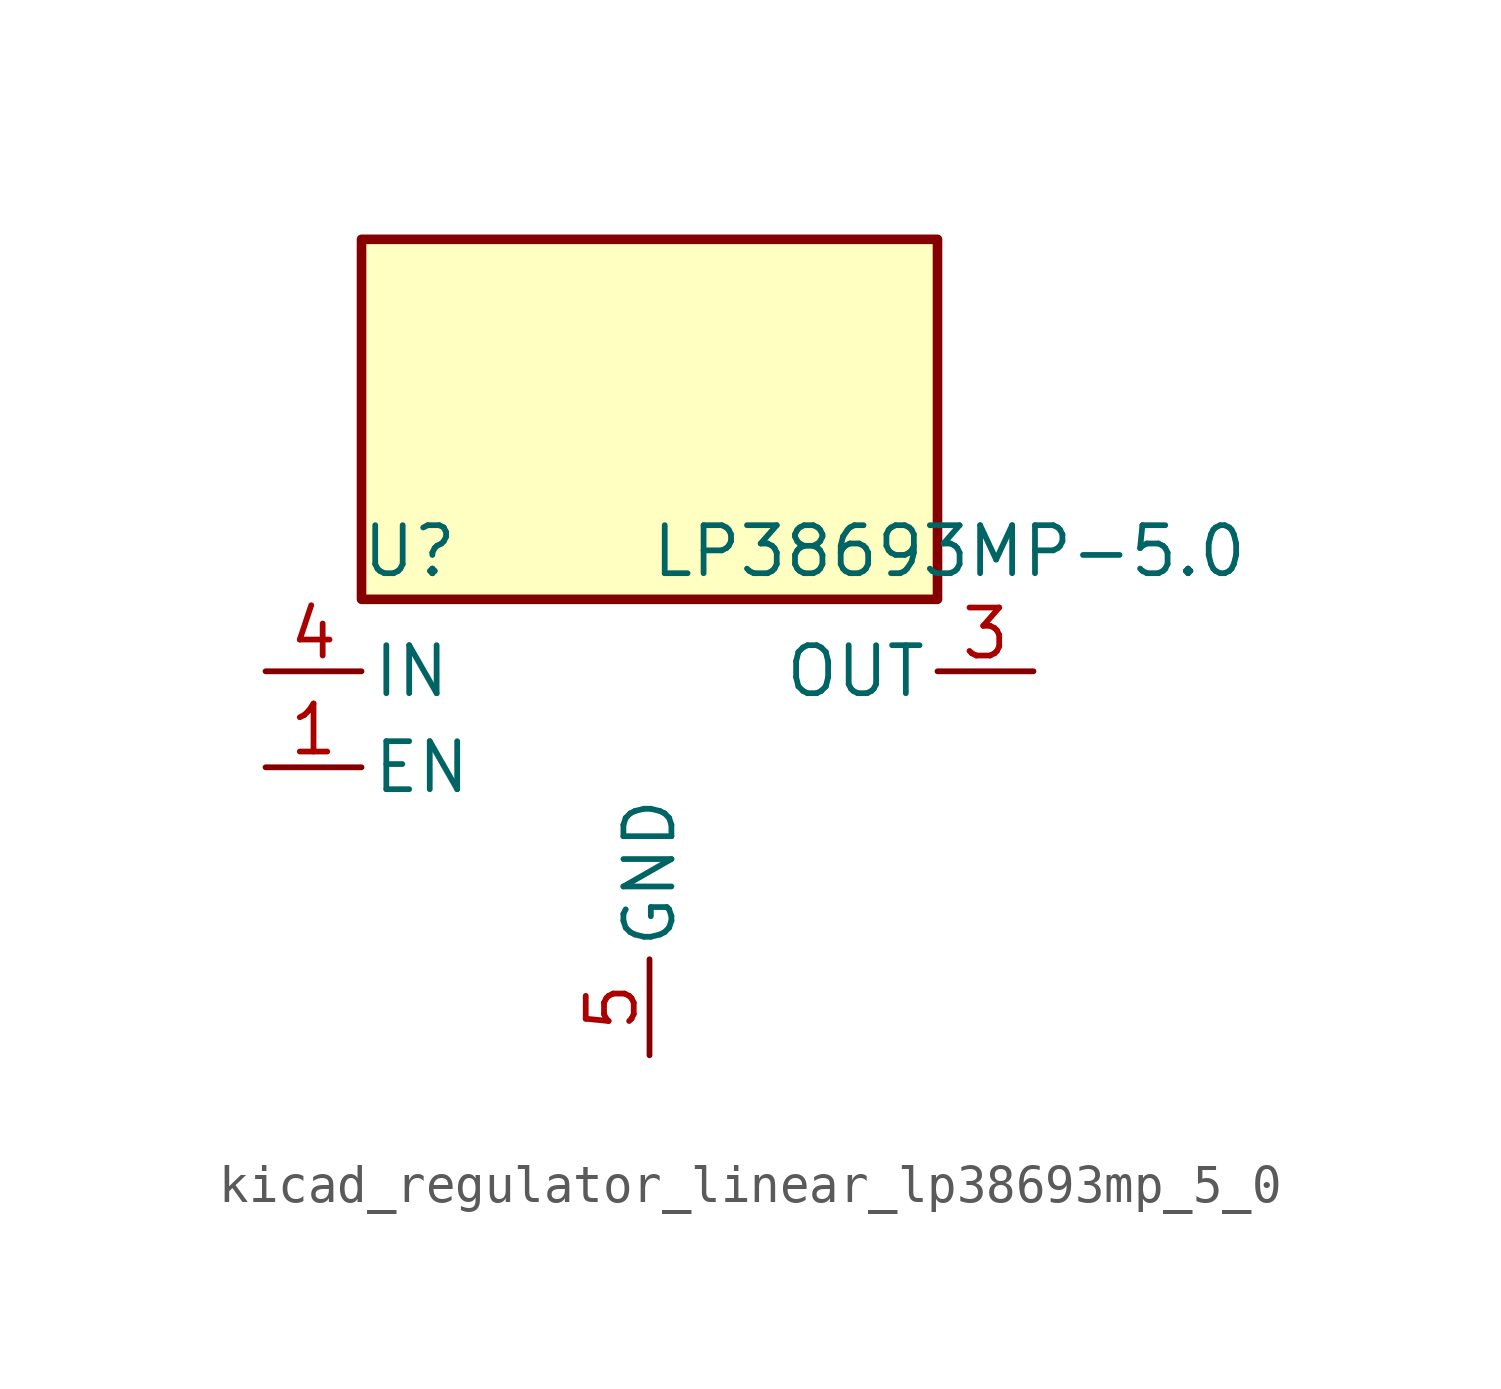
<source format=kicad_sym>
(kicad_symbol_lib
  (version 20220914)
  (generator kicad_symbol_editor)
  (symbol "kicad_regulator_linear_lp38693mp_5_0"
    (pin_names
      (offset 0.254))
    (property "Reference" "U"
      (at -6.35 5.715 0)
      (effects (font (size 1.27 1.27))))
    (property "Value" "LP38693MP-5.0"
      (at 0 5.715 0)
      (effects (font (size 1.27 1.27)) (justify left)))
    (symbol "kicad_regulator_linear_lp38693mp_5_0_0_1"
      (rectangle (start 7.62 13.97) (end -7.62 4.445) (stroke (width 0.254) (type default)) (fill (type background))))
    (symbol "kicad_regulator_linear_lp38693mp_5_0_1_1"
      (pin input line (at -10.16 0 0) (length 2.54) (name "EN" (effects (font (size 1.27 1.27)))) (number "1" (effects (font (size 1.27 1.27)))))
      (pin no_connect line (at 7.62 0 180) (length 2.54) hide (name "NC" (effects (font (size 1.27 1.27)))) (number "2" (effects (font (size 1.27 1.27)))))
      (pin power_out line (at 10.16 2.54 180) (length 2.54) (name "OUT" (effects (font (size 1.27 1.27)))) (number "3" (effects (font (size 1.27 1.27)))))
      (pin power_in line (at -10.16 2.54 0) (length 2.54) (name "IN" (effects (font (size 1.27 1.27)))) (number "4" (effects (font (size 1.27 1.27)))))
      (pin power_in line (at 0 -7.62 90) (length 2.54) (name "GND" (effects (font (size 1.27 1.27)))) (number "5" (effects (font (size 1.27 1.27))))))))
</source>
